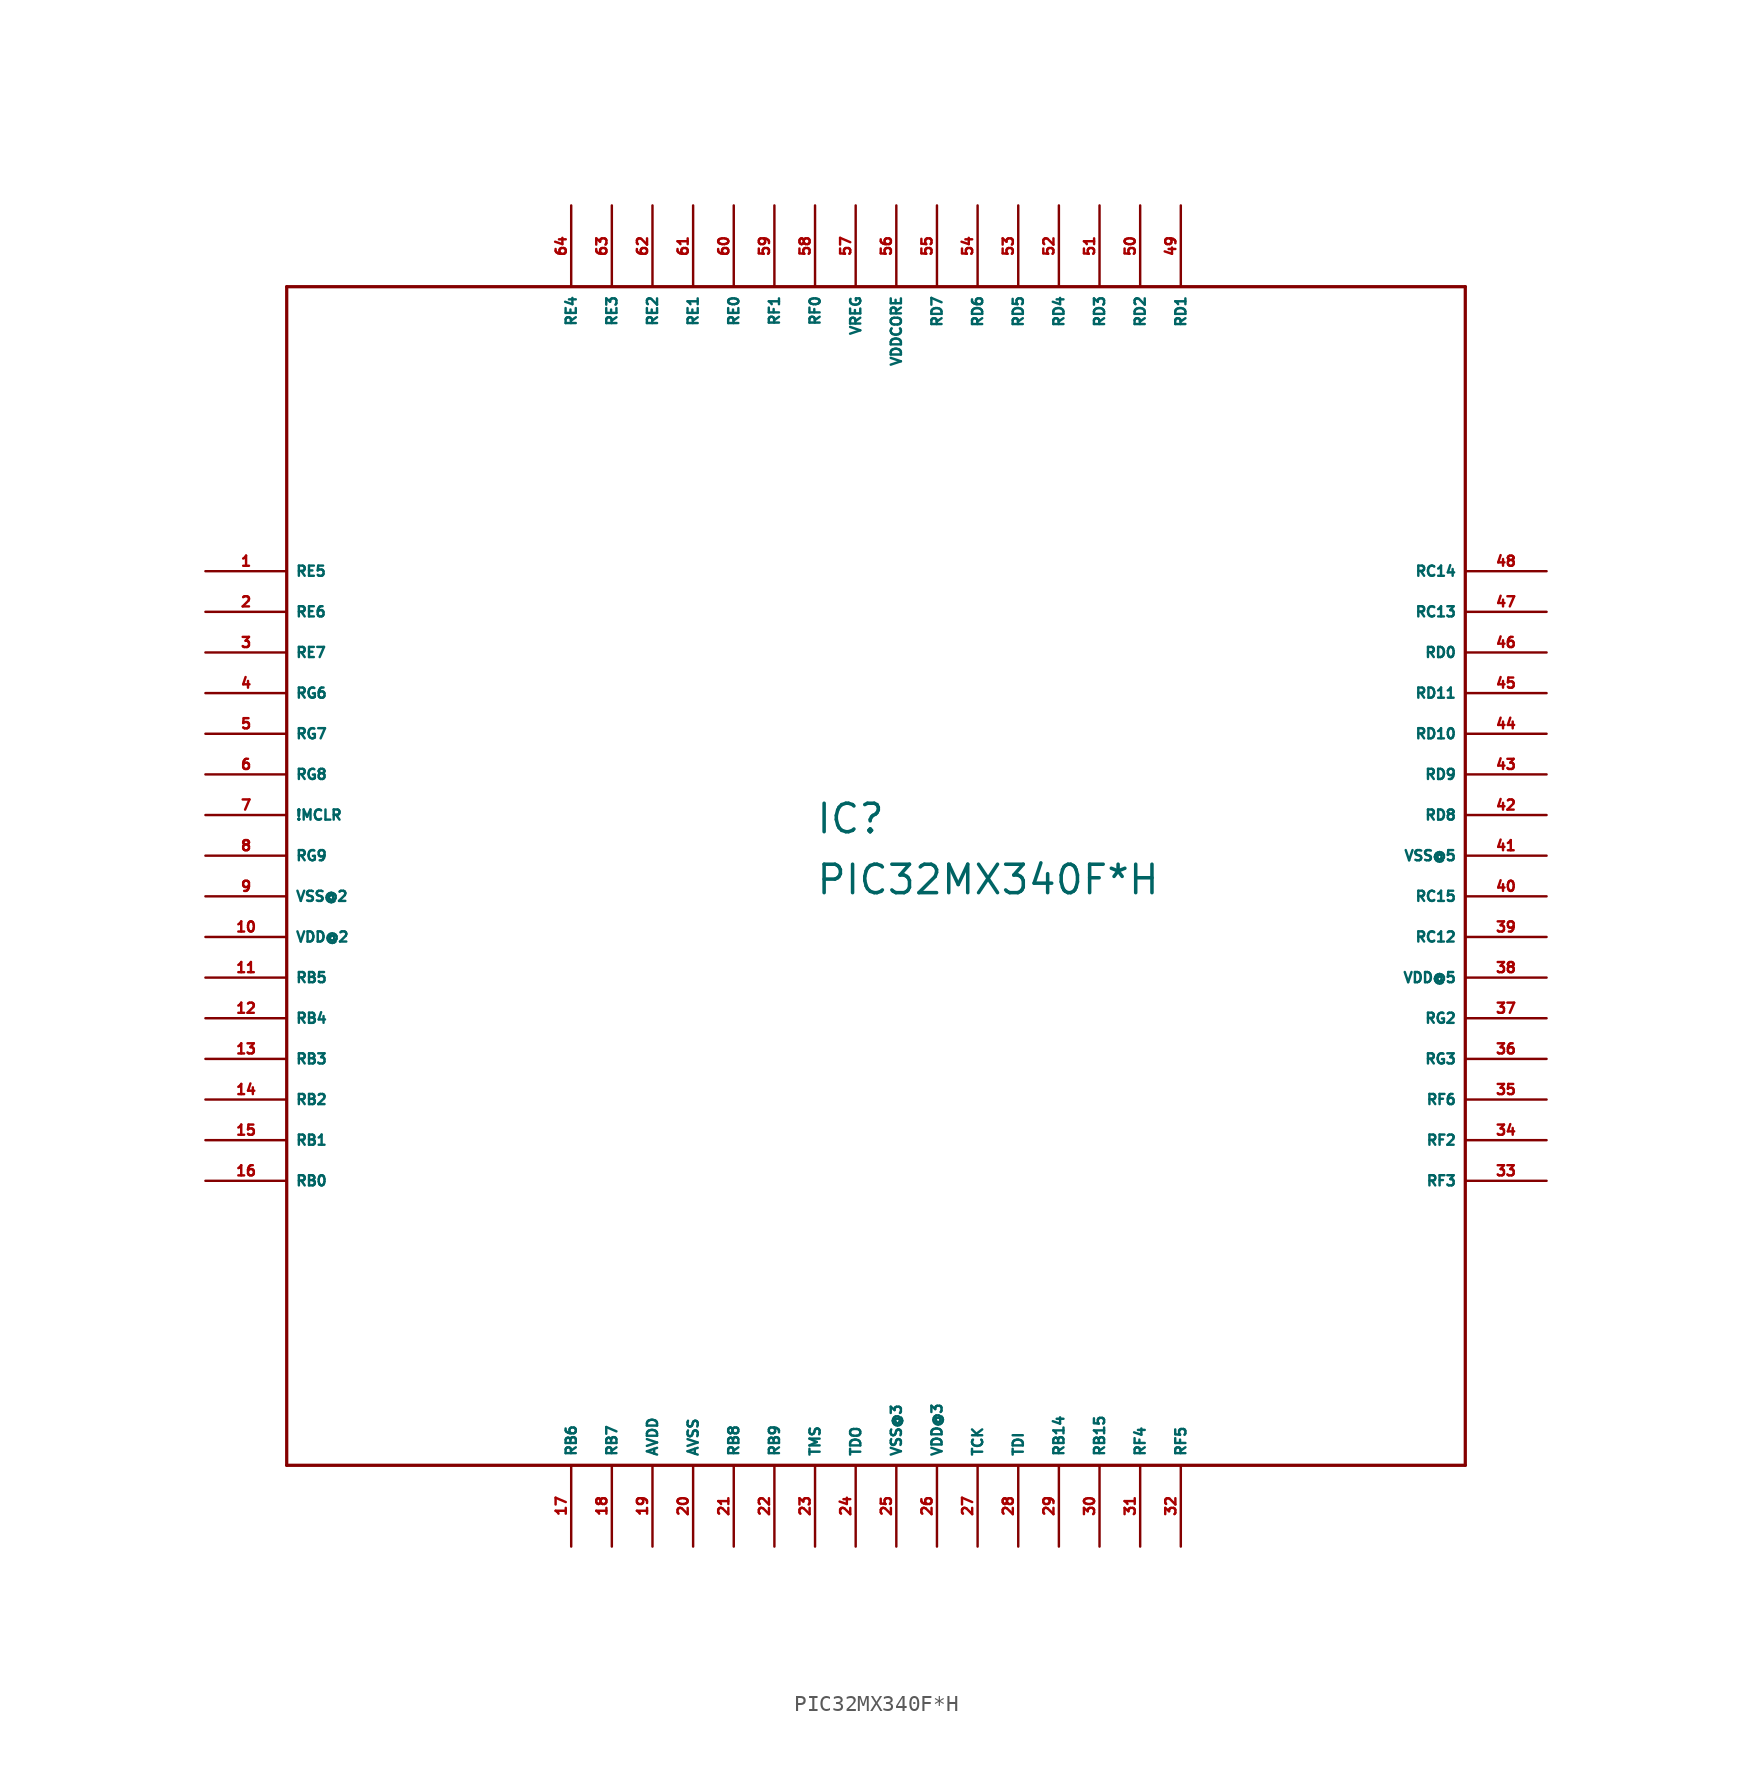
<source format=kicad_sym>
(kicad_symbol_lib
  (version 20220914)
  (generator Eagle2Kicad)
  (symbol "PIC32MX340F*H"
    (property "Reference" "IC"
      (at -5.08 1.27 0)
      (effects (font (size 1.778 1.778) (thickness 0.22)) (justify left bottom)))
    (property "Value" "PIC32MX340F*H"
      (at -5.08 -2.54 0)
      (effects (font (size 1.778 1.778) (thickness 0.22)) (justify left bottom)))
    (polyline
      (pts (xy -38.1 -38.1) (xy 35.56 -38.1))
      (stroke (width 0.203) (type default))
      (fill (type none)))
    (polyline
      (pts (xy 35.56 -38.1) (xy 35.56 35.56))
      (stroke (width 0.203) (type default))
      (fill (type none)))
    (polyline
      (pts (xy 35.56 35.56) (xy -38.1 35.56))
      (stroke (width 0.203) (type default))
      (fill (type none)))
    (polyline
      (pts (xy -38.1 35.56) (xy -38.1 -38.1))
      (stroke (width 0.203) (type default))
      (fill (type none)))
    (pin bidirectional line
      (at -43.18 17.78 0)
      (length 5.08)
      (name "RE5" (effects (font (size 0.635 0.635) (thickness 0.08)) (justify left bottom)))
      (number "1" (effects (font (size 0.635 0.635) (thickness 0.08)) (justify left bottom))))
    (pin bidirectional line
      (at -43.18 15.24 0)
      (length 5.08)
      (name "RE6" (effects (font (size 0.635 0.635) (thickness 0.08)) (justify left bottom)))
      (number "2" (effects (font (size 0.635 0.635) (thickness 0.08)) (justify left bottom))))
    (pin bidirectional line
      (at -43.18 12.7 0)
      (length 5.08)
      (name "RE7" (effects (font (size 0.635 0.635) (thickness 0.08)) (justify left bottom)))
      (number "3" (effects (font (size 0.635 0.635) (thickness 0.08)) (justify left bottom))))
    (pin bidirectional line
      (at -43.18 10.16 0)
      (length 5.08)
      (name "RG6" (effects (font (size 0.635 0.635) (thickness 0.08)) (justify left bottom)))
      (number "4" (effects (font (size 0.635 0.635) (thickness 0.08)) (justify left bottom))))
    (pin bidirectional line
      (at -43.18 7.62 0)
      (length 5.08)
      (name "RG7" (effects (font (size 0.635 0.635) (thickness 0.08)) (justify left bottom)))
      (number "5" (effects (font (size 0.635 0.635) (thickness 0.08)) (justify left bottom))))
    (pin bidirectional line
      (at -43.18 5.08 0)
      (length 5.08)
      (name "RG8" (effects (font (size 0.635 0.635) (thickness 0.08)) (justify left bottom)))
      (number "6" (effects (font (size 0.635 0.635) (thickness 0.08)) (justify left bottom))))
    (pin input line
      (at -43.18 2.54 0)
      (length 5.08)
      (name "!MCLR" (effects (font (size 0.635 0.635) (thickness 0.08)) (justify left bottom)))
      (number "7" (effects (font (size 0.635 0.635) (thickness 0.08)) (justify left bottom))))
    (pin bidirectional line
      (at -43.18 0 0)
      (length 5.08)
      (name "RG9" (effects (font (size 0.635 0.635) (thickness 0.08)) (justify left bottom)))
      (number "8" (effects (font (size 0.635 0.635) (thickness 0.08)) (justify left bottom))))
    (pin unspecified line
      (at -43.18 -2.54 0)
      (length 5.08)
      (name "VSS@2" (effects (font (size 0.635 0.635) (thickness 0.08)) (justify left bottom)))
      (number "9" (effects (font (size 0.635 0.635) (thickness 0.08)) (justify left bottom))))
    (pin unspecified line
      (at -43.18 -5.08 0)
      (length 5.08)
      (name "VDD@2" (effects (font (size 0.635 0.635) (thickness 0.08)) (justify left bottom)))
      (number "10" (effects (font (size 0.635 0.635) (thickness 0.08)) (justify left bottom))))
    (pin bidirectional line
      (at -43.18 -7.62 0)
      (length 5.08)
      (name "RB5" (effects (font (size 0.635 0.635) (thickness 0.08)) (justify left bottom)))
      (number "11" (effects (font (size 0.635 0.635) (thickness 0.08)) (justify left bottom))))
    (pin bidirectional line
      (at -43.18 -10.16 0)
      (length 5.08)
      (name "RB4" (effects (font (size 0.635 0.635) (thickness 0.08)) (justify left bottom)))
      (number "12" (effects (font (size 0.635 0.635) (thickness 0.08)) (justify left bottom))))
    (pin bidirectional line
      (at -43.18 -12.7 0)
      (length 5.08)
      (name "RB3" (effects (font (size 0.635 0.635) (thickness 0.08)) (justify left bottom)))
      (number "13" (effects (font (size 0.635 0.635) (thickness 0.08)) (justify left bottom))))
    (pin bidirectional line
      (at -43.18 -15.24 0)
      (length 5.08)
      (name "RB2" (effects (font (size 0.635 0.635) (thickness 0.08)) (justify left bottom)))
      (number "14" (effects (font (size 0.635 0.635) (thickness 0.08)) (justify left bottom))))
    (pin bidirectional line
      (at -43.18 -17.78 0)
      (length 5.08)
      (name "RB1" (effects (font (size 0.635 0.635) (thickness 0.08)) (justify left bottom)))
      (number "15" (effects (font (size 0.635 0.635) (thickness 0.08)) (justify left bottom))))
    (pin bidirectional line
      (at -43.18 -20.32 0)
      (length 5.08)
      (name "RB0" (effects (font (size 0.635 0.635) (thickness 0.08)) (justify left bottom)))
      (number "16" (effects (font (size 0.635 0.635) (thickness 0.08)) (justify left bottom))))
    (pin bidirectional line
      (at -20.32 -43.18 90)
      (length 5.08)
      (name "RB6" (effects (font (size 0.635 0.635) (thickness 0.08)) (justify left bottom)))
      (number "17" (effects (font (size 0.635 0.635) (thickness 0.08)) (justify left bottom))))
    (pin bidirectional line
      (at -17.78 -43.18 90)
      (length 5.08)
      (name "RB7" (effects (font (size 0.635 0.635) (thickness 0.08)) (justify left bottom)))
      (number "18" (effects (font (size 0.635 0.635) (thickness 0.08)) (justify left bottom))))
    (pin unspecified line
      (at -15.24 -43.18 90)
      (length 5.08)
      (name "AVDD" (effects (font (size 0.635 0.635) (thickness 0.08)) (justify left bottom)))
      (number "19" (effects (font (size 0.635 0.635) (thickness 0.08)) (justify left bottom))))
    (pin unspecified line
      (at -12.7 -43.18 90)
      (length 5.08)
      (name "AVSS" (effects (font (size 0.635 0.635) (thickness 0.08)) (justify left bottom)))
      (number "20" (effects (font (size 0.635 0.635) (thickness 0.08)) (justify left bottom))))
    (pin bidirectional line
      (at -10.16 -43.18 90)
      (length 5.08)
      (name "RB8" (effects (font (size 0.635 0.635) (thickness 0.08)) (justify left bottom)))
      (number "21" (effects (font (size 0.635 0.635) (thickness 0.08)) (justify left bottom))))
    (pin bidirectional line
      (at -7.62 -43.18 90)
      (length 5.08)
      (name "RB9" (effects (font (size 0.635 0.635) (thickness 0.08)) (justify left bottom)))
      (number "22" (effects (font (size 0.635 0.635) (thickness 0.08)) (justify left bottom))))
    (pin input line
      (at -5.08 -43.18 90)
      (length 5.08)
      (name "TMS" (effects (font (size 0.635 0.635) (thickness 0.08)) (justify left bottom)))
      (number "23" (effects (font (size 0.635 0.635) (thickness 0.08)) (justify left bottom))))
    (pin output line
      (at -2.54 -43.18 90)
      (length 5.08)
      (name "TDO" (effects (font (size 0.635 0.635) (thickness 0.08)) (justify left bottom)))
      (number "24" (effects (font (size 0.635 0.635) (thickness 0.08)) (justify left bottom))))
    (pin unspecified line
      (at 0 -43.18 90)
      (length 5.08)
      (name "VSS@3" (effects (font (size 0.635 0.635) (thickness 0.08)) (justify left bottom)))
      (number "25" (effects (font (size 0.635 0.635) (thickness 0.08)) (justify left bottom))))
    (pin unspecified line
      (at 2.54 -43.18 90)
      (length 5.08)
      (name "VDD@3" (effects (font (size 0.635 0.635) (thickness 0.08)) (justify left bottom)))
      (number "26" (effects (font (size 0.635 0.635) (thickness 0.08)) (justify left bottom))))
    (pin input line
      (at 5.08 -43.18 90)
      (length 5.08)
      (name "TCK" (effects (font (size 0.635 0.635) (thickness 0.08)) (justify left bottom)))
      (number "27" (effects (font (size 0.635 0.635) (thickness 0.08)) (justify left bottom))))
    (pin input line
      (at 7.62 -43.18 90)
      (length 5.08)
      (name "TDI" (effects (font (size 0.635 0.635) (thickness 0.08)) (justify left bottom)))
      (number "28" (effects (font (size 0.635 0.635) (thickness 0.08)) (justify left bottom))))
    (pin bidirectional line
      (at 10.16 -43.18 90)
      (length 5.08)
      (name "RB14" (effects (font (size 0.635 0.635) (thickness 0.08)) (justify left bottom)))
      (number "29" (effects (font (size 0.635 0.635) (thickness 0.08)) (justify left bottom))))
    (pin bidirectional line
      (at 12.7 -43.18 90)
      (length 5.08)
      (name "RB15" (effects (font (size 0.635 0.635) (thickness 0.08)) (justify left bottom)))
      (number "30" (effects (font (size 0.635 0.635) (thickness 0.08)) (justify left bottom))))
    (pin bidirectional line
      (at 15.24 -43.18 90)
      (length 5.08)
      (name "RF4" (effects (font (size 0.635 0.635) (thickness 0.08)) (justify left bottom)))
      (number "31" (effects (font (size 0.635 0.635) (thickness 0.08)) (justify left bottom))))
    (pin bidirectional line
      (at 17.78 -43.18 90)
      (length 5.08)
      (name "RF5" (effects (font (size 0.635 0.635) (thickness 0.08)) (justify left bottom)))
      (number "32" (effects (font (size 0.635 0.635) (thickness 0.08)) (justify left bottom))))
    (pin bidirectional line
      (at 40.64 -20.32 180)
      (length 5.08)
      (name "RF3" (effects (font (size 0.635 0.635) (thickness 0.08)) (justify left bottom)))
      (number "33" (effects (font (size 0.635 0.635) (thickness 0.08)) (justify left bottom))))
    (pin bidirectional line
      (at 40.64 -17.78 180)
      (length 5.08)
      (name "RF2" (effects (font (size 0.635 0.635) (thickness 0.08)) (justify left bottom)))
      (number "34" (effects (font (size 0.635 0.635) (thickness 0.08)) (justify left bottom))))
    (pin bidirectional line
      (at 40.64 -15.24 180)
      (length 5.08)
      (name "RF6" (effects (font (size 0.635 0.635) (thickness 0.08)) (justify left bottom)))
      (number "35" (effects (font (size 0.635 0.635) (thickness 0.08)) (justify left bottom))))
    (pin bidirectional line
      (at 40.64 -12.7 180)
      (length 5.08)
      (name "RG3" (effects (font (size 0.635 0.635) (thickness 0.08)) (justify left bottom)))
      (number "36" (effects (font (size 0.635 0.635) (thickness 0.08)) (justify left bottom))))
    (pin bidirectional line
      (at 40.64 -10.16 180)
      (length 5.08)
      (name "RG2" (effects (font (size 0.635 0.635) (thickness 0.08)) (justify left bottom)))
      (number "37" (effects (font (size 0.635 0.635) (thickness 0.08)) (justify left bottom))))
    (pin unspecified line
      (at 40.64 -7.62 180)
      (length 5.08)
      (name "VDD@5" (effects (font (size 0.635 0.635) (thickness 0.08)) (justify left bottom)))
      (number "38" (effects (font (size 0.635 0.635) (thickness 0.08)) (justify left bottom))))
    (pin bidirectional line
      (at 40.64 -5.08 180)
      (length 5.08)
      (name "RC12" (effects (font (size 0.635 0.635) (thickness 0.08)) (justify left bottom)))
      (number "39" (effects (font (size 0.635 0.635) (thickness 0.08)) (justify left bottom))))
    (pin bidirectional line
      (at 40.64 -2.54 180)
      (length 5.08)
      (name "RC15" (effects (font (size 0.635 0.635) (thickness 0.08)) (justify left bottom)))
      (number "40" (effects (font (size 0.635 0.635) (thickness 0.08)) (justify left bottom))))
    (pin unspecified line
      (at 40.64 0 180)
      (length 5.08)
      (name "VSS@5" (effects (font (size 0.635 0.635) (thickness 0.08)) (justify left bottom)))
      (number "41" (effects (font (size 0.635 0.635) (thickness 0.08)) (justify left bottom))))
    (pin bidirectional line
      (at 40.64 2.54 180)
      (length 5.08)
      (name "RD8" (effects (font (size 0.635 0.635) (thickness 0.08)) (justify left bottom)))
      (number "42" (effects (font (size 0.635 0.635) (thickness 0.08)) (justify left bottom))))
    (pin bidirectional line
      (at 40.64 5.08 180)
      (length 5.08)
      (name "RD9" (effects (font (size 0.635 0.635) (thickness 0.08)) (justify left bottom)))
      (number "43" (effects (font (size 0.635 0.635) (thickness 0.08)) (justify left bottom))))
    (pin bidirectional line
      (at 40.64 7.62 180)
      (length 5.08)
      (name "RD10" (effects (font (size 0.635 0.635) (thickness 0.08)) (justify left bottom)))
      (number "44" (effects (font (size 0.635 0.635) (thickness 0.08)) (justify left bottom))))
    (pin bidirectional line
      (at 40.64 10.16 180)
      (length 5.08)
      (name "RD11" (effects (font (size 0.635 0.635) (thickness 0.08)) (justify left bottom)))
      (number "45" (effects (font (size 0.635 0.635) (thickness 0.08)) (justify left bottom))))
    (pin bidirectional line
      (at 40.64 12.7 180)
      (length 5.08)
      (name "RD0" (effects (font (size 0.635 0.635) (thickness 0.08)) (justify left bottom)))
      (number "46" (effects (font (size 0.635 0.635) (thickness 0.08)) (justify left bottom))))
    (pin bidirectional line
      (at 40.64 15.24 180)
      (length 5.08)
      (name "RC13" (effects (font (size 0.635 0.635) (thickness 0.08)) (justify left bottom)))
      (number "47" (effects (font (size 0.635 0.635) (thickness 0.08)) (justify left bottom))))
    (pin bidirectional line
      (at 40.64 17.78 180)
      (length 5.08)
      (name "RC14" (effects (font (size 0.635 0.635) (thickness 0.08)) (justify left bottom)))
      (number "48" (effects (font (size 0.635 0.635) (thickness 0.08)) (justify left bottom))))
    (pin bidirectional line
      (at 17.78 40.64 270)
      (length 5.08)
      (name "RD1" (effects (font (size 0.635 0.635) (thickness 0.08)) (justify left bottom)))
      (number "49" (effects (font (size 0.635 0.635) (thickness 0.08)) (justify left bottom))))
    (pin bidirectional line
      (at 15.24 40.64 270)
      (length 5.08)
      (name "RD2" (effects (font (size 0.635 0.635) (thickness 0.08)) (justify left bottom)))
      (number "50" (effects (font (size 0.635 0.635) (thickness 0.08)) (justify left bottom))))
    (pin bidirectional line
      (at 12.7 40.64 270)
      (length 5.08)
      (name "RD3" (effects (font (size 0.635 0.635) (thickness 0.08)) (justify left bottom)))
      (number "51" (effects (font (size 0.635 0.635) (thickness 0.08)) (justify left bottom))))
    (pin bidirectional line
      (at 10.16 40.64 270)
      (length 5.08)
      (name "RD4" (effects (font (size 0.635 0.635) (thickness 0.08)) (justify left bottom)))
      (number "52" (effects (font (size 0.635 0.635) (thickness 0.08)) (justify left bottom))))
    (pin bidirectional line
      (at 7.62 40.64 270)
      (length 5.08)
      (name "RD5" (effects (font (size 0.635 0.635) (thickness 0.08)) (justify left bottom)))
      (number "53" (effects (font (size 0.635 0.635) (thickness 0.08)) (justify left bottom))))
    (pin bidirectional line
      (at 5.08 40.64 270)
      (length 5.08)
      (name "RD6" (effects (font (size 0.635 0.635) (thickness 0.08)) (justify left bottom)))
      (number "54" (effects (font (size 0.635 0.635) (thickness 0.08)) (justify left bottom))))
    (pin bidirectional line
      (at 2.54 40.64 270)
      (length 5.08)
      (name "RD7" (effects (font (size 0.635 0.635) (thickness 0.08)) (justify left bottom)))
      (number "55" (effects (font (size 0.635 0.635) (thickness 0.08)) (justify left bottom))))
    (pin unspecified line
      (at 0 40.64 270)
      (length 5.08)
      (name "VDDCORE" (effects (font (size 0.635 0.635) (thickness 0.08)) (justify left bottom)))
      (number "56" (effects (font (size 0.635 0.635) (thickness 0.08)) (justify left bottom))))
    (pin passive line
      (at -2.54 40.64 270)
      (length 5.08)
      (name "VREG" (effects (font (size 0.635 0.635) (thickness 0.08)) (justify left bottom)))
      (number "57" (effects (font (size 0.635 0.635) (thickness 0.08)) (justify left bottom))))
    (pin bidirectional line
      (at -5.08 40.64 270)
      (length 5.08)
      (name "RF0" (effects (font (size 0.635 0.635) (thickness 0.08)) (justify left bottom)))
      (number "58" (effects (font (size 0.635 0.635) (thickness 0.08)) (justify left bottom))))
    (pin bidirectional line
      (at -7.62 40.64 270)
      (length 5.08)
      (name "RF1" (effects (font (size 0.635 0.635) (thickness 0.08)) (justify left bottom)))
      (number "59" (effects (font (size 0.635 0.635) (thickness 0.08)) (justify left bottom))))
    (pin bidirectional line
      (at -10.16 40.64 270)
      (length 5.08)
      (name "RE0" (effects (font (size 0.635 0.635) (thickness 0.08)) (justify left bottom)))
      (number "60" (effects (font (size 0.635 0.635) (thickness 0.08)) (justify left bottom))))
    (pin bidirectional line
      (at -12.7 40.64 270)
      (length 5.08)
      (name "RE1" (effects (font (size 0.635 0.635) (thickness 0.08)) (justify left bottom)))
      (number "61" (effects (font (size 0.635 0.635) (thickness 0.08)) (justify left bottom))))
    (pin bidirectional line
      (at -15.24 40.64 270)
      (length 5.08)
      (name "RE2" (effects (font (size 0.635 0.635) (thickness 0.08)) (justify left bottom)))
      (number "62" (effects (font (size 0.635 0.635) (thickness 0.08)) (justify left bottom))))
    (pin bidirectional line
      (at -17.78 40.64 270)
      (length 5.08)
      (name "RE3" (effects (font (size 0.635 0.635) (thickness 0.08)) (justify left bottom)))
      (number "63" (effects (font (size 0.635 0.635) (thickness 0.08)) (justify left bottom))))
    (pin bidirectional line
      (at -20.32 40.64 270)
      (length 5.08)
      (name "RE4" (effects (font (size 0.635 0.635) (thickness 0.08)) (justify left bottom)))
      (number "64" (effects (font (size 0.635 0.635) (thickness 0.08)) (justify left bottom))))))
</source>
